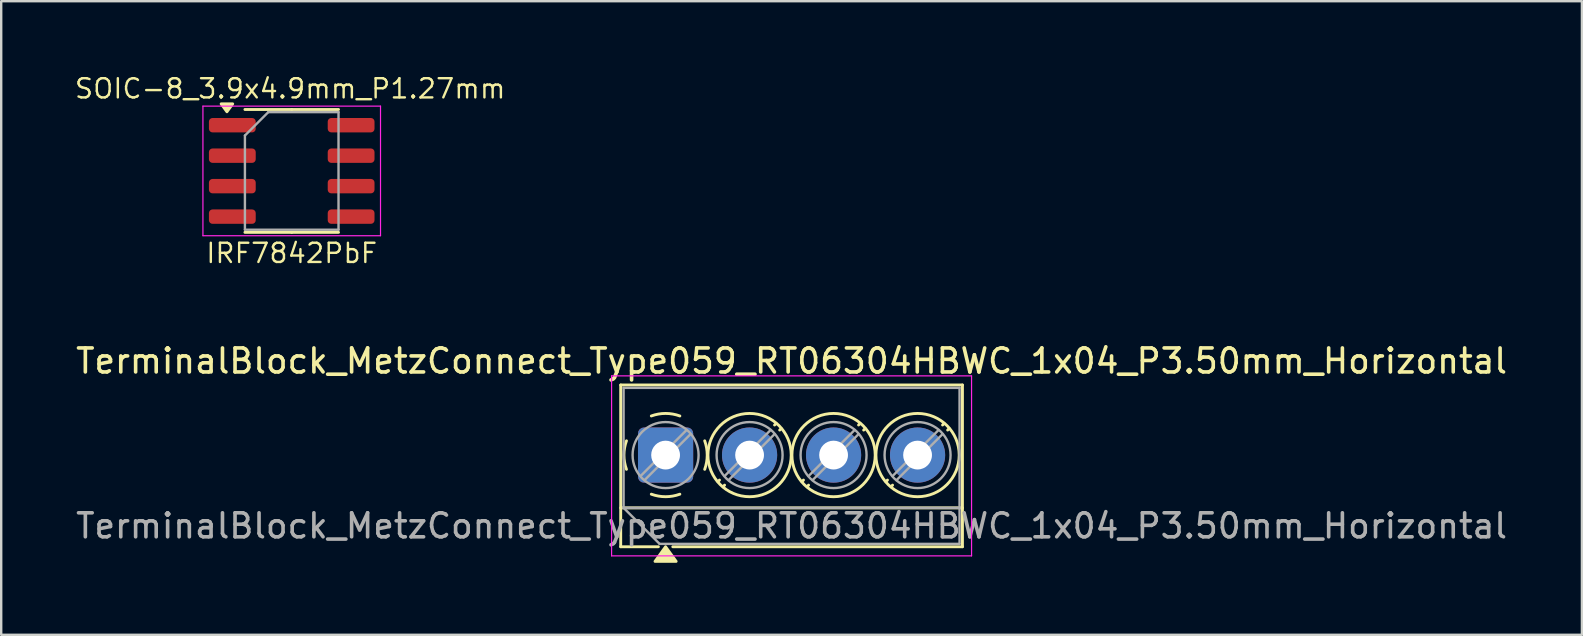
<source format=kicad_pcb>
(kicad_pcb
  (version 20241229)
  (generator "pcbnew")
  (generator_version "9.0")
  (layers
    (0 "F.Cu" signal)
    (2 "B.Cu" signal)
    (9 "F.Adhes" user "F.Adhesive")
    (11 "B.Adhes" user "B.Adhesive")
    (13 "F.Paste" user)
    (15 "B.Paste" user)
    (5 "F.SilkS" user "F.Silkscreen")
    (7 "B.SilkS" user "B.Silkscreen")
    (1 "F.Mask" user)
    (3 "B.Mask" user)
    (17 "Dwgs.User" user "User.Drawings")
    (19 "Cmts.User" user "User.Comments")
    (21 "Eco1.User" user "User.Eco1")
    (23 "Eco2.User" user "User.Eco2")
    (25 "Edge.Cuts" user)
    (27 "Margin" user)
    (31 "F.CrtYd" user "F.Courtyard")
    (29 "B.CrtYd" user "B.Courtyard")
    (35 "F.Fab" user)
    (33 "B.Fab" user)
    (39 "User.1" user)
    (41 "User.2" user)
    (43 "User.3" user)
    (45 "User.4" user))
  (footprint "SOIC-8_3.9x4.9mm_P1.27mm"
    (layer "F.Cu")
    (at 9.106 4.072)
    (property "Reference" "SOIC-8_3.9x4.9mm_P1.27mm" (at -0.065 -3.429 180) (layer "F.SilkS") (effects (font (size 0.8 0.8) (thickness 0.1))))
    (property "Value" "IRF7842PbF" (at 0 3.4 180) (layer "F.Fab") (hide yes) (effects (font (size 1 1) (thickness 0.15))))
    (attr smd)
    (fp_line (start 0 -2.56) (end -1.95 -2.56) (stroke (width 0.12) (type solid)) (layer "F.SilkS"))
    (fp_line (start 0 -2.56) (end 1.95 -2.56) (stroke (width 0.12) (type solid)) (layer "F.SilkS"))
    (fp_line (start 0 2.56) (end -1.95 2.56) (stroke (width 0.12) (type solid)) (layer "F.SilkS"))
    (fp_line (start 0 2.56) (end 1.95 2.56) (stroke (width 0.12) (type solid)) (layer "F.SilkS"))
    (fp_poly (pts (xy -2.7 -2.465) (xy -2.94 -2.795) (xy -2.46 -2.795) (xy -2.7 -2.465)) (stroke (width 0.12) (type solid)) (fill yes) (layer "F.SilkS"))
    (fp_line (start -3.7 -2.7) (end -3.7 2.7) (stroke (width 0.05) (type solid)) (layer "F.CrtYd"))
    (fp_line (start -3.7 2.7) (end 3.7 2.7) (stroke (width 0.05) (type solid)) (layer "F.CrtYd"))
    (fp_line (start 3.7 -2.7) (end -3.7 -2.7) (stroke (width 0.05) (type solid)) (layer "F.CrtYd"))
    (fp_line (start 3.7 2.7) (end 3.7 -2.7) (stroke (width 0.05) (type solid)) (layer "F.CrtYd"))
    (fp_line (start -1.95 -1.475) (end -0.975 -2.45) (stroke (width 0.1) (type solid)) (layer "F.Fab"))
    (fp_line (start -1.95 2.45) (end -1.95 -1.475) (stroke (width 0.1) (type solid)) (layer "F.Fab"))
    (fp_line (start -0.975 -2.45) (end 1.95 -2.45) (stroke (width 0.1) (type solid)) (layer "F.Fab"))
    (fp_line (start 1.95 -2.45) (end 1.95 2.45) (stroke (width 0.1) (type solid)) (layer "F.Fab"))
    (fp_line (start 1.95 2.45) (end -1.95 2.45) (stroke (width 0.1) (type solid)) (layer "F.Fab"))
    (fp_text user "${Value}" (at 0 3.429 0) (unlocked yes) (layer "F.SilkS") (effects (font (size 0.8 0.8) (thickness 0.1))))
    (pad "1" smd roundrect (at -2.475 -1.905) (size 1.95 0.6) (layers "F.Cu" "F.Mask" "F.Paste") (roundrect_rratio 0.25))
    (pad "2" smd roundrect (at -2.475 -0.635) (size 1.95 0.6) (layers "F.Cu" "F.Mask" "F.Paste") (roundrect_rratio 0.25))
    (pad "3" smd roundrect (at -2.475 0.635) (size 1.95 0.6) (layers "F.Cu" "F.Mask" "F.Paste") (roundrect_rratio 0.25))
    (pad "4" smd roundrect (at -2.475 1.905) (size 1.95 0.6) (layers "F.Cu" "F.Mask" "F.Paste") (roundrect_rratio 0.25))
    (pad "5" smd roundrect (at 2.475 1.905) (size 1.95 0.6) (layers "F.Cu" "F.Mask" "F.Paste") (roundrect_rratio 0.25))
    (pad "6" smd roundrect (at 2.475 0.635) (size 1.95 0.6) (layers "F.Cu" "F.Mask" "F.Paste") (roundrect_rratio 0.25))
    (pad "7" smd roundrect (at 2.475 -0.635) (size 1.95 0.6) (layers "F.Cu" "F.Mask" "F.Paste") (roundrect_rratio 0.25))
    (pad "8" smd roundrect (at 2.475 -1.905) (size 1.95 0.6) (layers "F.Cu" "F.Mask" "F.Paste") (roundrect_rratio 0.25)))
  (footprint "TerminalBlock_MetzConnect_Type059_RT06304HBWC_1x04_P3.50mm_Horizontal"
    (layer "F.Cu")
    (at 24.685 15.913)
    (property "Reference" "TerminalBlock_MetzConnect_Type059_RT06304HBWC_1x04_P3.50mm_Horizontal" (at 5.25 -3.92 0) (layer "F.SilkS") (effects (font (size 1 1) (thickness 0.15))))
    (attr through_hole)
    (fp_line (start -1.87 -2.92) (end -1.87 3.82) (stroke (width 0.12) (type solid)) (layer "F.SilkS"))
    (fp_line (start -1.87 -2.92) (end 12.37 -2.92) (stroke (width 0.12) (type solid)) (layer "F.SilkS"))
    (fp_line (start -1.87 2.2) (end 12.37 2.2) (stroke (width 0.12) (type solid)) (layer "F.SilkS"))
    (fp_line (start -1.87 3.82) (end -0.3 3.82) (stroke (width 0.12) (type solid)) (layer "F.SilkS"))
    (fp_line (start 0.3 3.82) (end 12.37 3.82) (stroke (width 0.12) (type solid)) (layer "F.SilkS"))
    (fp_line (start 2.246 1.042) (end 2.184 1.104) (stroke (width 0.12) (type solid)) (layer "F.SilkS"))
    (fp_line (start 2.458 1.253) (end 2.396 1.316) (stroke (width 0.12) (type solid)) (layer "F.SilkS"))
    (fp_line (start 4.604 -1.316) (end 4.542 -1.253) (stroke (width 0.12) (type solid)) (layer "F.SilkS"))
    (fp_line (start 4.816 -1.104) (end 4.754 -1.042) (stroke (width 0.12) (type solid)) (layer "F.SilkS"))
    (fp_line (start 5.746 1.042) (end 5.684 1.104) (stroke (width 0.12) (type solid)) (layer "F.SilkS"))
    (fp_line (start 5.958 1.253) (end 5.896 1.316) (stroke (width 0.12) (type solid)) (layer "F.SilkS"))
    (fp_line (start 8.104 -1.316) (end 8.042 -1.253) (stroke (width 0.12) (type solid)) (layer "F.SilkS"))
    (fp_line (start 8.316 -1.104) (end 8.254 -1.042) (stroke (width 0.12) (type solid)) (layer "F.SilkS"))
    (fp_line (start 9.246 1.042) (end 9.184 1.104) (stroke (width 0.12) (type solid)) (layer "F.SilkS"))
    (fp_line (start 9.458 1.253) (end 9.396 1.316) (stroke (width 0.12) (type solid)) (layer "F.SilkS"))
    (fp_line (start 11.604 -1.316) (end 11.542 -1.253) (stroke (width 0.12) (type solid)) (layer "F.SilkS"))
    (fp_line (start 11.816 -1.104) (end 11.754 -1.042) (stroke (width 0.12) (type solid)) (layer "F.SilkS"))
    (fp_line (start 12.37 -2.92) (end 12.37 3.82) (stroke (width 0.12) (type solid)) (layer "F.SilkS"))
    (fp_arc (start -1.63 0.594) (mid -1.734859 -0.000387) (end -1.629735 -0.594726) (stroke (width 0.12) (type solid)) (layer "F.SilkS"))
    (fp_arc (start -0.594 -1.63) (mid 0.000387 -1.734859) (end 0.594726 -1.629735) (stroke (width 0.12) (type solid)) (layer "F.SilkS"))
    (fp_arc (start 0.594 1.63) (mid -0.000387 1.734859) (end -0.594726 1.629735) (stroke (width 0.12) (type solid)) (layer "F.SilkS"))
    (fp_arc (start 1.63 -0.594) (mid 1.734859 0.000387) (end 1.629735 0.594726) (stroke (width 0.12) (type solid)) (layer "F.SilkS"))
    (fp_circle (center 3.5 0) (end 5.235 0) (stroke (width 0.12) (type solid)) (fill no) (layer "F.SilkS"))
    (fp_circle (center 7 0) (end 8.735 0) (stroke (width 0.12) (type solid)) (fill no) (layer "F.SilkS"))
    (fp_circle (center 10.5 0) (end 12.235 0) (stroke (width 0.12) (type solid)) (fill no) (layer "F.SilkS"))
    (fp_poly (pts (xy 0 3.82) (xy 0.44 4.43) (xy -0.44 4.43) (xy 0 3.82)) (stroke (width 0.12) (type solid)) (fill yes) (layer "F.SilkS"))
    (fp_line (start -2.25 -3.3) (end -2.25 4.2) (stroke (width 0.05) (type solid)) (layer "F.CrtYd"))
    (fp_line (start -2.25 4.2) (end 12.75 4.2) (stroke (width 0.05) (type solid)) (layer "F.CrtYd"))
    (fp_line (start 12.75 -3.3) (end -2.25 -3.3) (stroke (width 0.05) (type solid)) (layer "F.CrtYd"))
    (fp_line (start 12.75 4.2) (end 12.75 -3.3) (stroke (width 0.05) (type solid)) (layer "F.CrtYd"))
    (fp_line (start -1.75 -2.8) (end 12.25 -2.8) (stroke (width 0.1) (type solid)) (layer "F.Fab"))
    (fp_line (start -1.75 2.2) (end -1.75 -2.8) (stroke (width 0.1) (type solid)) (layer "F.Fab"))
    (fp_line (start -1.75 2.2) (end 12.25 2.2) (stroke (width 0.1) (type solid)) (layer "F.Fab"))
    (fp_line (start -0.25 3.7) (end -1.75 2.2) (stroke (width 0.1) (type solid)) (layer "F.Fab"))
    (fp_line (start 0.875 -1.043) (end -1.043 0.875) (stroke (width 0.1) (type solid)) (layer "F.Fab"))
    (fp_line (start 1.043 -0.875) (end -0.875 1.043) (stroke (width 0.1) (type solid)) (layer "F.Fab"))
    (fp_line (start 4.375 -1.043) (end 2.457 0.875) (stroke (width 0.1) (type solid)) (layer "F.Fab"))
    (fp_line (start 4.543 -0.875) (end 2.625 1.043) (stroke (width 0.1) (type solid)) (layer "F.Fab"))
    (fp_line (start 7.875 -1.043) (end 5.957 0.875) (stroke (width 0.1) (type solid)) (layer "F.Fab"))
    (fp_line (start 8.043 -0.875) (end 6.125 1.043) (stroke (width 0.1) (type solid)) (layer "F.Fab"))
    (fp_line (start 11.375 -1.043) (end 9.457 0.875) (stroke (width 0.1) (type solid)) (layer "F.Fab"))
    (fp_line (start 11.543 -0.875) (end 9.625 1.043) (stroke (width 0.1) (type solid)) (layer "F.Fab"))
    (fp_line (start 12.25 -2.8) (end 12.25 3.7) (stroke (width 0.1) (type solid)) (layer "F.Fab"))
    (fp_line (start 12.25 3.7) (end -0.25 3.7) (stroke (width 0.1) (type solid)) (layer "F.Fab"))
    (fp_circle (center 0 0) (end 1.375 0) (stroke (width 0.1) (type solid)) (fill no) (layer "F.Fab"))
    (fp_circle (center 3.5 0) (end 4.875 0) (stroke (width 0.1) (type solid)) (fill no) (layer "F.Fab"))
    (fp_circle (center 7 0) (end 8.375 0) (stroke (width 0.1) (type solid)) (fill no) (layer "F.Fab"))
    (fp_circle (center 10.5 0) (end 11.875 0) (stroke (width 0.1) (type solid)) (fill no) (layer "F.Fab"))
    (fp_text user "${REFERENCE}" (at 5.25 2.95 0) (layer "F.Fab") (effects (font (size 1 1) (thickness 0.15))))
    (pad "1" thru_hole roundrect (at 0 0) (size 2.3 2.3) (drill 1.2) (layers "*.Cu" "*.Mask") (roundrect_rratio 0.109))
    (pad "2" thru_hole circle (at 3.5 0) (size 2.3 2.3) (drill 1.2) (layers "*.Cu" "*.Mask"))
    (pad "3" thru_hole circle (at 7 0) (size 2.3 2.3) (drill 1.2) (layers "*.Cu" "*.Mask"))
    (pad "4" thru_hole circle (at 10.5 0) (size 2.3 2.3) (drill 1.2) (layers "*.Cu" "*.Mask")))
  (gr_rect
    (start -3 -3)
    (end 62.869 23.403)
    (stroke (width 0.1) (type default))
    (fill no)
    (layer "Edge.Cuts")))
</source>
